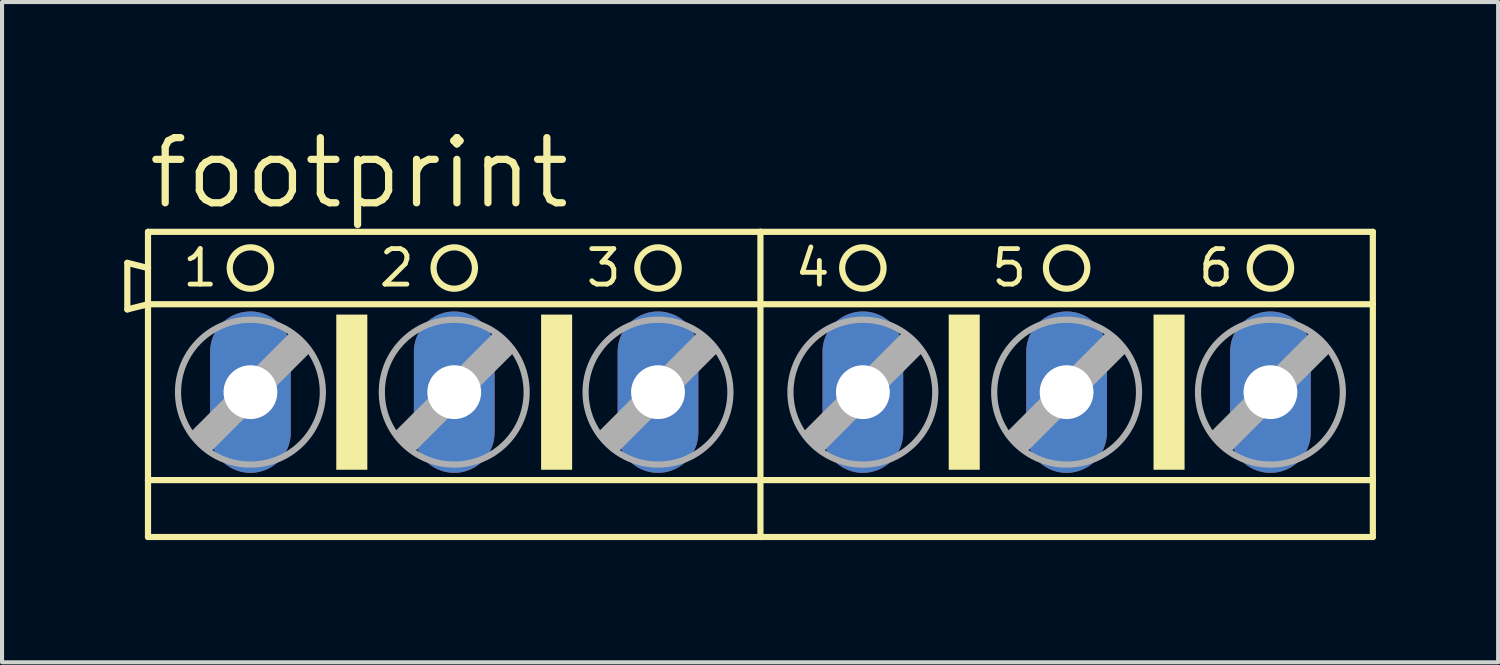
<source format=kicad_pcb>
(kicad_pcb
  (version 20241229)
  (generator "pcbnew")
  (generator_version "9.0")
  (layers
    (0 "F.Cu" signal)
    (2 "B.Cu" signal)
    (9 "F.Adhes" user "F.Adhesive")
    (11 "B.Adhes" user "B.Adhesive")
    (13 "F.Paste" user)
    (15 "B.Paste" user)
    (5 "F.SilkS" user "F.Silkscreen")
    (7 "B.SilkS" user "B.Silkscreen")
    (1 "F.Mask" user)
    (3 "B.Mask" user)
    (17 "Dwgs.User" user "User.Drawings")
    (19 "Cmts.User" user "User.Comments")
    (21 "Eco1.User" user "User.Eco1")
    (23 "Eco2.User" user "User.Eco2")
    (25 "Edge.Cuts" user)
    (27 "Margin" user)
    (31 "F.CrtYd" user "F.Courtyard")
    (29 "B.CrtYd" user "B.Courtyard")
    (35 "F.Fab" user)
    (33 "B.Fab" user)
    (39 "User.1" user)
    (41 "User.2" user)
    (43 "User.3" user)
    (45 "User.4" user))
  (footprint "footprint"
    (layer "F.Cu")
    (at 15.621 6.579)
    (property "Reference" "footprint" (at -15.113 -4.445 0) (layer "F.SilkS") (effects (font (size 1.6 1.6) (thickness 0.178)) (justify left bottom)))
    (fp_line (start -15.545 -3.175) (end -15.545 -2.032) (stroke (width 0.152) (type solid)) (layer "F.SilkS"))
    (fp_line (start -15.545 -2.032) (end -15.037 -2.159) (stroke (width 0.152) (type solid)) (layer "F.SilkS"))
    (fp_line (start -15.037 -3.048) (end -15.545 -3.175) (stroke (width 0.152) (type solid)) (layer "F.SilkS"))
    (fp_line (start -15.037 -3.048) (end -15.037 -3.937) (stroke (width 0.152) (type solid)) (layer "F.SilkS"))
    (fp_line (start -15.037 -2.159) (end -15.037 -3.048) (stroke (width 0.152) (type solid)) (layer "F.SilkS"))
    (fp_line (start -15.037 -2.159) (end 0 -2.159) (stroke (width 0.152) (type solid)) (layer "F.SilkS"))
    (fp_line (start -15.037 2.159) (end -15.037 -2.159) (stroke (width 0.152) (type solid)) (layer "F.SilkS"))
    (fp_line (start -15.037 2.159) (end 0 2.159) (stroke (width 0.152) (type solid)) (layer "F.SilkS"))
    (fp_line (start -15.037 3.556) (end -15.037 2.159) (stroke (width 0.152) (type solid)) (layer "F.SilkS"))
    (fp_line (start -15.037 3.556) (end 0 3.556) (stroke (width 0.152) (type solid)) (layer "F.SilkS"))
    (fp_line (start 0 -3.937) (end -15.037 -3.937) (stroke (width 0.152) (type solid)) (layer "F.SilkS"))
    (fp_line (start 0 -2.159) (end 0 -3.937) (stroke (width 0.152) (type solid)) (layer "F.SilkS"))
    (fp_line (start 0 -2.159) (end 15.037 -2.159) (stroke (width 0.152) (type solid)) (layer "F.SilkS"))
    (fp_line (start 0 2.159) (end 0 -2.159) (stroke (width 0.152) (type solid)) (layer "F.SilkS"))
    (fp_line (start 0 2.159) (end 15.037 2.159) (stroke (width 0.152) (type solid)) (layer "F.SilkS"))
    (fp_line (start 0 3.556) (end 0 2.159) (stroke (width 0.152) (type solid)) (layer "F.SilkS"))
    (fp_line (start 0 3.556) (end 15.037 3.556) (stroke (width 0.152) (type solid)) (layer "F.SilkS"))
    (fp_line (start 15.037 -3.937) (end 0 -3.937) (stroke (width 0.152) (type solid)) (layer "F.SilkS"))
    (fp_line (start 15.037 -3.937) (end 15.037 -2.159) (stroke (width 0.152) (type solid)) (layer "F.SilkS"))
    (fp_line (start 15.037 -2.159) (end 15.037 2.159) (stroke (width 0.152) (type solid)) (layer "F.SilkS"))
    (fp_line (start 15.037 2.159) (end 15.037 3.556) (stroke (width 0.152) (type solid)) (layer "F.SilkS"))
    (fp_circle (center -12.522 -3.048) (end -12.014 -3.048) (stroke (width 0.152) (type solid)) (fill no) (layer "F.SilkS"))
    (fp_circle (center -7.518 -3.048) (end -7.01 -3.048) (stroke (width 0.152) (type solid)) (fill no) (layer "F.SilkS"))
    (fp_circle (center -2.515 -3.048) (end -2.007 -3.048) (stroke (width 0.152) (type solid)) (fill no) (layer "F.SilkS"))
    (fp_circle (center 2.515 -3.048) (end 3.023 -3.048) (stroke (width 0.152) (type solid)) (fill no) (layer "F.SilkS"))
    (fp_circle (center 7.518 -3.048) (end 8.026 -3.048) (stroke (width 0.152) (type solid)) (fill no) (layer "F.SilkS"))
    (fp_circle (center 12.522 -3.048) (end 13.03 -3.048) (stroke (width 0.152) (type solid)) (fill no) (layer "F.SilkS"))
    (fp_poly (pts (xy -10.414 1.905) (xy -9.652 1.905) (xy -9.652 -1.905) (xy -10.414 -1.905)) (stroke (width 0) (type solid)) (fill yes) (layer "F.SilkS"))
    (fp_poly (pts (xy -5.385 1.905) (xy -4.623 1.905) (xy -4.623 -1.905) (xy -5.385 -1.905)) (stroke (width 0) (type solid)) (fill yes) (layer "F.SilkS"))
    (fp_poly (pts (xy 4.623 1.905) (xy 5.385 1.905) (xy 5.385 -1.905) (xy 4.623 -1.905)) (stroke (width 0) (type solid)) (fill yes) (layer "F.SilkS"))
    (fp_poly (pts (xy 9.652 1.905) (xy 10.414 1.905) (xy 10.414 -1.905) (xy 9.652 -1.905)) (stroke (width 0) (type solid)) (fill yes) (layer "F.SilkS"))
    (fp_line (start -13.919 1.016) (end -13.538 1.397) (stroke (width 0.152) (type solid)) (layer "F.Fab"))
    (fp_line (start -13.919 1.016) (end -11.506 -1.397) (stroke (width 0.152) (type solid)) (layer "F.Fab"))
    (fp_line (start -13.538 1.016) (end -11.506 -1.016) (stroke (width 0.61) (type solid)) (layer "F.Fab"))
    (fp_line (start -13.538 1.397) (end -11.125 -1.016) (stroke (width 0.152) (type solid)) (layer "F.Fab"))
    (fp_line (start -11.506 -1.397) (end -11.125 -1.016) (stroke (width 0.152) (type solid)) (layer "F.Fab"))
    (fp_line (start -8.915 1.016) (end -8.534 1.397) (stroke (width 0.152) (type solid)) (layer "F.Fab"))
    (fp_line (start -8.915 1.016) (end -6.502 -1.397) (stroke (width 0.152) (type solid)) (layer "F.Fab"))
    (fp_line (start -8.534 1.016) (end -6.502 -1.016) (stroke (width 0.61) (type solid)) (layer "F.Fab"))
    (fp_line (start -8.534 1.397) (end -6.121 -1.016) (stroke (width 0.152) (type solid)) (layer "F.Fab"))
    (fp_line (start -6.502 -1.397) (end -6.121 -1.016) (stroke (width 0.152) (type solid)) (layer "F.Fab"))
    (fp_line (start -3.912 1.016) (end -3.531 1.397) (stroke (width 0.152) (type solid)) (layer "F.Fab"))
    (fp_line (start -3.912 1.016) (end -1.499 -1.397) (stroke (width 0.152) (type solid)) (layer "F.Fab"))
    (fp_line (start -3.531 1.016) (end -1.499 -1.016) (stroke (width 0.61) (type solid)) (layer "F.Fab"))
    (fp_line (start -3.531 1.397) (end -1.118 -1.016) (stroke (width 0.152) (type solid)) (layer "F.Fab"))
    (fp_line (start -1.499 -1.397) (end -1.118 -1.016) (stroke (width 0.152) (type solid)) (layer "F.Fab"))
    (fp_line (start 1.118 1.016) (end 1.499 1.397) (stroke (width 0.152) (type solid)) (layer "F.Fab"))
    (fp_line (start 1.118 1.016) (end 3.531 -1.397) (stroke (width 0.152) (type solid)) (layer "F.Fab"))
    (fp_line (start 1.499 1.016) (end 3.531 -1.016) (stroke (width 0.61) (type solid)) (layer "F.Fab"))
    (fp_line (start 1.499 1.397) (end 3.912 -1.016) (stroke (width 0.152) (type solid)) (layer "F.Fab"))
    (fp_line (start 3.531 -1.397) (end 3.912 -1.016) (stroke (width 0.152) (type solid)) (layer "F.Fab"))
    (fp_line (start 6.121 1.016) (end 6.502 1.397) (stroke (width 0.152) (type solid)) (layer "F.Fab"))
    (fp_line (start 6.121 1.016) (end 8.534 -1.397) (stroke (width 0.152) (type solid)) (layer "F.Fab"))
    (fp_line (start 6.502 1.016) (end 8.534 -1.016) (stroke (width 0.61) (type solid)) (layer "F.Fab"))
    (fp_line (start 6.502 1.397) (end 8.915 -1.016) (stroke (width 0.152) (type solid)) (layer "F.Fab"))
    (fp_line (start 8.534 -1.397) (end 8.915 -1.016) (stroke (width 0.152) (type solid)) (layer "F.Fab"))
    (fp_line (start 11.125 1.016) (end 11.506 1.397) (stroke (width 0.152) (type solid)) (layer "F.Fab"))
    (fp_line (start 11.125 1.016) (end 13.538 -1.397) (stroke (width 0.152) (type solid)) (layer "F.Fab"))
    (fp_line (start 11.506 1.016) (end 13.538 -1.016) (stroke (width 0.61) (type solid)) (layer "F.Fab"))
    (fp_line (start 11.506 1.397) (end 13.919 -1.016) (stroke (width 0.152) (type solid)) (layer "F.Fab"))
    (fp_line (start 13.538 -1.397) (end 13.919 -1.016) (stroke (width 0.152) (type solid)) (layer "F.Fab"))
    (fp_circle (center -12.522 0) (end -10.744 0) (stroke (width 0.152) (type solid)) (fill no) (layer "F.Fab"))
    (fp_circle (center -7.518 0) (end -5.74 0) (stroke (width 0.152) (type solid)) (fill no) (layer "F.Fab"))
    (fp_circle (center -2.515 0) (end -0.737 0) (stroke (width 0.152) (type solid)) (fill no) (layer "F.Fab"))
    (fp_circle (center 2.515 0) (end 4.293 0) (stroke (width 0.152) (type solid)) (fill no) (layer "F.Fab"))
    (fp_circle (center 7.518 0) (end 9.296 0) (stroke (width 0.152) (type solid)) (fill no) (layer "F.Fab"))
    (fp_circle (center 12.522 0) (end 14.3 0) (stroke (width 0.152) (type solid)) (fill no) (layer "F.Fab"))
    (fp_text user "3" (at -4.343 -2.54 0) (layer "F.SilkS") (effects (font (size 0.872 0.872) (thickness 0.119)) (justify left bottom)))
    (fp_text user "2" (at -9.423 -2.54 0) (layer "F.SilkS") (effects (font (size 0.872 0.872) (thickness 0.119)) (justify left bottom)))
    (fp_text user "5" (at 5.613 -2.54 0) (layer "F.SilkS") (effects (font (size 0.872 0.872) (thickness 0.119)) (justify left bottom)))
    (fp_text user "6" (at 10.693 -2.54 0) (layer "F.SilkS") (effects (font (size 0.872 0.872) (thickness 0.119)) (justify left bottom)))
    (fp_text user "4" (at 0.787 -2.54 0) (layer "F.SilkS") (effects (font (size 0.872 0.872) (thickness 0.119)) (justify left bottom)))
    (fp_text user "1" (at -14.249 -2.54 0) (layer "F.SilkS") (effects (font (size 0.872 0.872) (thickness 0.119)) (justify left bottom)))
    (pad "1" thru_hole oval (at -12.522 0 90) (size 3.962 1.981) (drill 1.321) (layers "*.Cu" "*.Mask"))
    (pad "2" thru_hole oval (at -7.518 0 90) (size 3.962 1.981) (drill 1.321) (layers "*.Cu" "*.Mask"))
    (pad "3" thru_hole oval (at -2.515 0 90) (size 3.962 1.981) (drill 1.321) (layers "*.Cu" "*.Mask"))
    (pad "4" thru_hole oval (at 2.515 0 90) (size 3.962 1.981) (drill 1.321) (layers "*.Cu" "*.Mask"))
    (pad "5" thru_hole oval (at 7.518 0 90) (size 3.962 1.981) (drill 1.321) (layers "*.Cu" "*.Mask"))
    (pad "6" thru_hole oval (at 12.522 0 90) (size 3.962 1.981) (drill 1.321) (layers "*.Cu" "*.Mask")))
  (gr_rect
    (start -3 -3)
    (end 33.734 13.211)
    (stroke (width 0.1) (type default))
    (fill no)
    (layer "Edge.Cuts")))
</source>
